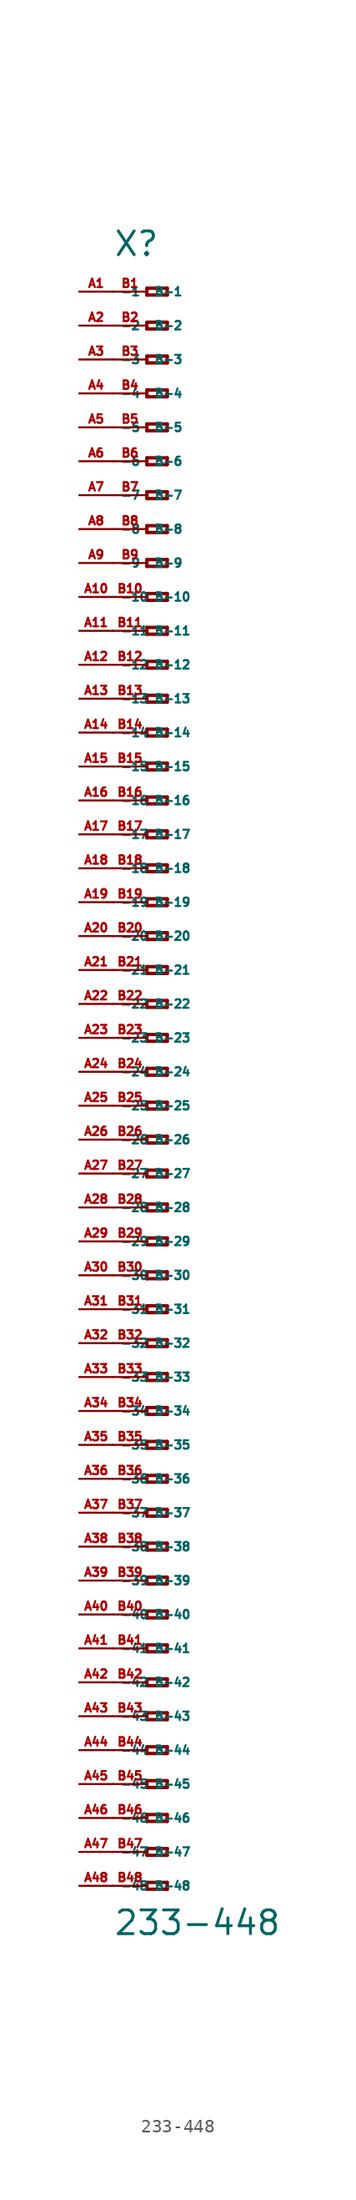
<source format=kicad_sym>
(kicad_symbol_lib
  (version 20220914)
  (generator Eagle2Kicad)
  (symbol "233-448"
    (property "Reference" "X"
      (at -5.08 60.96 0)
      (effects (font (size 1.778 1.778) (thickness 0.22)) (justify left bottom)))
    (property "Value" "233-448"
      (at -5.08 -64.77 0)
      (effects (font (size 1.778 1.778) (thickness 0.22)) (justify left bottom)))
    (polyline
      (pts (xy -2.54 58.674) (xy -2.54 58.166))
      (stroke (width 0.254) (type default))
      (fill (type none)))
    (polyline
      (pts (xy -2.54 58.166) (xy -1.016 58.166))
      (stroke (width 0.254) (type default))
      (fill (type none)))
    (polyline
      (pts (xy -1.016 58.166) (xy -1.016 58.674))
      (stroke (width 0.254) (type default))
      (fill (type none)))
    (polyline
      (pts (xy -1.016 58.674) (xy -2.54 58.674))
      (stroke (width 0.254) (type default))
      (fill (type none)))
    (polyline
      (pts (xy -2.54 56.134) (xy -2.54 55.626))
      (stroke (width 0.254) (type default))
      (fill (type none)))
    (polyline
      (pts (xy -2.54 55.626) (xy -1.016 55.626))
      (stroke (width 0.254) (type default))
      (fill (type none)))
    (polyline
      (pts (xy -1.016 55.626) (xy -1.016 56.134))
      (stroke (width 0.254) (type default))
      (fill (type none)))
    (polyline
      (pts (xy -1.016 56.134) (xy -2.54 56.134))
      (stroke (width 0.254) (type default))
      (fill (type none)))
    (polyline
      (pts (xy -2.54 53.594) (xy -2.54 53.086))
      (stroke (width 0.254) (type default))
      (fill (type none)))
    (polyline
      (pts (xy -2.54 53.086) (xy -1.016 53.086))
      (stroke (width 0.254) (type default))
      (fill (type none)))
    (polyline
      (pts (xy -1.016 53.086) (xy -1.016 53.594))
      (stroke (width 0.254) (type default))
      (fill (type none)))
    (polyline
      (pts (xy -1.016 53.594) (xy -2.54 53.594))
      (stroke (width 0.254) (type default))
      (fill (type none)))
    (polyline
      (pts (xy -2.54 51.054) (xy -2.54 50.546))
      (stroke (width 0.254) (type default))
      (fill (type none)))
    (polyline
      (pts (xy -2.54 50.546) (xy -1.016 50.546))
      (stroke (width 0.254) (type default))
      (fill (type none)))
    (polyline
      (pts (xy -1.016 50.546) (xy -1.016 51.054))
      (stroke (width 0.254) (type default))
      (fill (type none)))
    (polyline
      (pts (xy -1.016 51.054) (xy -2.54 51.054))
      (stroke (width 0.254) (type default))
      (fill (type none)))
    (polyline
      (pts (xy -2.54 48.514) (xy -2.54 48.006))
      (stroke (width 0.254) (type default))
      (fill (type none)))
    (polyline
      (pts (xy -2.54 48.006) (xy -1.016 48.006))
      (stroke (width 0.254) (type default))
      (fill (type none)))
    (polyline
      (pts (xy -1.016 48.006) (xy -1.016 48.514))
      (stroke (width 0.254) (type default))
      (fill (type none)))
    (polyline
      (pts (xy -1.016 48.514) (xy -2.54 48.514))
      (stroke (width 0.254) (type default))
      (fill (type none)))
    (polyline
      (pts (xy -2.54 45.974) (xy -2.54 45.466))
      (stroke (width 0.254) (type default))
      (fill (type none)))
    (polyline
      (pts (xy -2.54 45.466) (xy -1.016 45.466))
      (stroke (width 0.254) (type default))
      (fill (type none)))
    (polyline
      (pts (xy -1.016 45.466) (xy -1.016 45.974))
      (stroke (width 0.254) (type default))
      (fill (type none)))
    (polyline
      (pts (xy -1.016 45.974) (xy -2.54 45.974))
      (stroke (width 0.254) (type default))
      (fill (type none)))
    (polyline
      (pts (xy -2.54 43.434) (xy -2.54 42.926))
      (stroke (width 0.254) (type default))
      (fill (type none)))
    (polyline
      (pts (xy -2.54 42.926) (xy -1.016 42.926))
      (stroke (width 0.254) (type default))
      (fill (type none)))
    (polyline
      (pts (xy -1.016 42.926) (xy -1.016 43.434))
      (stroke (width 0.254) (type default))
      (fill (type none)))
    (polyline
      (pts (xy -1.016 43.434) (xy -2.54 43.434))
      (stroke (width 0.254) (type default))
      (fill (type none)))
    (polyline
      (pts (xy -2.54 40.894) (xy -2.54 40.386))
      (stroke (width 0.254) (type default))
      (fill (type none)))
    (polyline
      (pts (xy -2.54 40.386) (xy -1.016 40.386))
      (stroke (width 0.254) (type default))
      (fill (type none)))
    (polyline
      (pts (xy -1.016 40.386) (xy -1.016 40.894))
      (stroke (width 0.254) (type default))
      (fill (type none)))
    (polyline
      (pts (xy -1.016 40.894) (xy -2.54 40.894))
      (stroke (width 0.254) (type default))
      (fill (type none)))
    (polyline
      (pts (xy -2.54 38.354) (xy -2.54 37.846))
      (stroke (width 0.254) (type default))
      (fill (type none)))
    (polyline
      (pts (xy -2.54 37.846) (xy -1.016 37.846))
      (stroke (width 0.254) (type default))
      (fill (type none)))
    (polyline
      (pts (xy -1.016 37.846) (xy -1.016 38.354))
      (stroke (width 0.254) (type default))
      (fill (type none)))
    (polyline
      (pts (xy -1.016 38.354) (xy -2.54 38.354))
      (stroke (width 0.254) (type default))
      (fill (type none)))
    (polyline
      (pts (xy -2.54 35.814) (xy -2.54 35.306))
      (stroke (width 0.254) (type default))
      (fill (type none)))
    (polyline
      (pts (xy -2.54 35.306) (xy -1.016 35.306))
      (stroke (width 0.254) (type default))
      (fill (type none)))
    (polyline
      (pts (xy -1.016 35.306) (xy -1.016 35.814))
      (stroke (width 0.254) (type default))
      (fill (type none)))
    (polyline
      (pts (xy -1.016 35.814) (xy -2.54 35.814))
      (stroke (width 0.254) (type default))
      (fill (type none)))
    (polyline
      (pts (xy -2.54 33.274) (xy -2.54 32.766))
      (stroke (width 0.254) (type default))
      (fill (type none)))
    (polyline
      (pts (xy -2.54 32.766) (xy -1.016 32.766))
      (stroke (width 0.254) (type default))
      (fill (type none)))
    (polyline
      (pts (xy -1.016 32.766) (xy -1.016 33.274))
      (stroke (width 0.254) (type default))
      (fill (type none)))
    (polyline
      (pts (xy -1.016 33.274) (xy -2.54 33.274))
      (stroke (width 0.254) (type default))
      (fill (type none)))
    (polyline
      (pts (xy -2.54 30.734) (xy -2.54 30.226))
      (stroke (width 0.254) (type default))
      (fill (type none)))
    (polyline
      (pts (xy -2.54 30.226) (xy -1.016 30.226))
      (stroke (width 0.254) (type default))
      (fill (type none)))
    (polyline
      (pts (xy -1.016 30.226) (xy -1.016 30.734))
      (stroke (width 0.254) (type default))
      (fill (type none)))
    (polyline
      (pts (xy -1.016 30.734) (xy -2.54 30.734))
      (stroke (width 0.254) (type default))
      (fill (type none)))
    (polyline
      (pts (xy -2.54 28.194) (xy -2.54 27.686))
      (stroke (width 0.254) (type default))
      (fill (type none)))
    (polyline
      (pts (xy -2.54 27.686) (xy -1.016 27.686))
      (stroke (width 0.254) (type default))
      (fill (type none)))
    (polyline
      (pts (xy -1.016 27.686) (xy -1.016 28.194))
      (stroke (width 0.254) (type default))
      (fill (type none)))
    (polyline
      (pts (xy -1.016 28.194) (xy -2.54 28.194))
      (stroke (width 0.254) (type default))
      (fill (type none)))
    (polyline
      (pts (xy -2.54 25.654) (xy -2.54 25.146))
      (stroke (width 0.254) (type default))
      (fill (type none)))
    (polyline
      (pts (xy -2.54 25.146) (xy -1.016 25.146))
      (stroke (width 0.254) (type default))
      (fill (type none)))
    (polyline
      (pts (xy -1.016 25.146) (xy -1.016 25.654))
      (stroke (width 0.254) (type default))
      (fill (type none)))
    (polyline
      (pts (xy -1.016 25.654) (xy -2.54 25.654))
      (stroke (width 0.254) (type default))
      (fill (type none)))
    (polyline
      (pts (xy -2.54 23.114) (xy -2.54 22.606))
      (stroke (width 0.254) (type default))
      (fill (type none)))
    (polyline
      (pts (xy -2.54 22.606) (xy -1.016 22.606))
      (stroke (width 0.254) (type default))
      (fill (type none)))
    (polyline
      (pts (xy -1.016 22.606) (xy -1.016 23.114))
      (stroke (width 0.254) (type default))
      (fill (type none)))
    (polyline
      (pts (xy -1.016 23.114) (xy -2.54 23.114))
      (stroke (width 0.254) (type default))
      (fill (type none)))
    (polyline
      (pts (xy -2.54 20.574) (xy -2.54 20.066))
      (stroke (width 0.254) (type default))
      (fill (type none)))
    (polyline
      (pts (xy -2.54 20.066) (xy -1.016 20.066))
      (stroke (width 0.254) (type default))
      (fill (type none)))
    (polyline
      (pts (xy -1.016 20.066) (xy -1.016 20.574))
      (stroke (width 0.254) (type default))
      (fill (type none)))
    (polyline
      (pts (xy -1.016 20.574) (xy -2.54 20.574))
      (stroke (width 0.254) (type default))
      (fill (type none)))
    (polyline
      (pts (xy -2.54 18.034) (xy -2.54 17.526))
      (stroke (width 0.254) (type default))
      (fill (type none)))
    (polyline
      (pts (xy -2.54 17.526) (xy -1.016 17.526))
      (stroke (width 0.254) (type default))
      (fill (type none)))
    (polyline
      (pts (xy -1.016 17.526) (xy -1.016 18.034))
      (stroke (width 0.254) (type default))
      (fill (type none)))
    (polyline
      (pts (xy -1.016 18.034) (xy -2.54 18.034))
      (stroke (width 0.254) (type default))
      (fill (type none)))
    (polyline
      (pts (xy -2.54 15.494) (xy -2.54 14.986))
      (stroke (width 0.254) (type default))
      (fill (type none)))
    (polyline
      (pts (xy -2.54 14.986) (xy -1.016 14.986))
      (stroke (width 0.254) (type default))
      (fill (type none)))
    (polyline
      (pts (xy -1.016 14.986) (xy -1.016 15.494))
      (stroke (width 0.254) (type default))
      (fill (type none)))
    (polyline
      (pts (xy -1.016 15.494) (xy -2.54 15.494))
      (stroke (width 0.254) (type default))
      (fill (type none)))
    (polyline
      (pts (xy -2.54 12.954) (xy -2.54 12.446))
      (stroke (width 0.254) (type default))
      (fill (type none)))
    (polyline
      (pts (xy -2.54 12.446) (xy -1.016 12.446))
      (stroke (width 0.254) (type default))
      (fill (type none)))
    (polyline
      (pts (xy -1.016 12.446) (xy -1.016 12.954))
      (stroke (width 0.254) (type default))
      (fill (type none)))
    (polyline
      (pts (xy -1.016 12.954) (xy -2.54 12.954))
      (stroke (width 0.254) (type default))
      (fill (type none)))
    (polyline
      (pts (xy -2.54 10.414) (xy -2.54 9.906))
      (stroke (width 0.254) (type default))
      (fill (type none)))
    (polyline
      (pts (xy -2.54 9.906) (xy -1.016 9.906))
      (stroke (width 0.254) (type default))
      (fill (type none)))
    (polyline
      (pts (xy -1.016 9.906) (xy -1.016 10.414))
      (stroke (width 0.254) (type default))
      (fill (type none)))
    (polyline
      (pts (xy -1.016 10.414) (xy -2.54 10.414))
      (stroke (width 0.254) (type default))
      (fill (type none)))
    (polyline
      (pts (xy -2.54 7.874) (xy -2.54 7.366))
      (stroke (width 0.254) (type default))
      (fill (type none)))
    (polyline
      (pts (xy -2.54 7.366) (xy -1.016 7.366))
      (stroke (width 0.254) (type default))
      (fill (type none)))
    (polyline
      (pts (xy -1.016 7.366) (xy -1.016 7.874))
      (stroke (width 0.254) (type default))
      (fill (type none)))
    (polyline
      (pts (xy -1.016 7.874) (xy -2.54 7.874))
      (stroke (width 0.254) (type default))
      (fill (type none)))
    (polyline
      (pts (xy -2.54 5.334) (xy -2.54 4.826))
      (stroke (width 0.254) (type default))
      (fill (type none)))
    (polyline
      (pts (xy -2.54 4.826) (xy -1.016 4.826))
      (stroke (width 0.254) (type default))
      (fill (type none)))
    (polyline
      (pts (xy -1.016 4.826) (xy -1.016 5.334))
      (stroke (width 0.254) (type default))
      (fill (type none)))
    (polyline
      (pts (xy -1.016 5.334) (xy -2.54 5.334))
      (stroke (width 0.254) (type default))
      (fill (type none)))
    (polyline
      (pts (xy -2.54 2.794) (xy -2.54 2.286))
      (stroke (width 0.254) (type default))
      (fill (type none)))
    (polyline
      (pts (xy -2.54 2.286) (xy -1.016 2.286))
      (stroke (width 0.254) (type default))
      (fill (type none)))
    (polyline
      (pts (xy -1.016 2.286) (xy -1.016 2.794))
      (stroke (width 0.254) (type default))
      (fill (type none)))
    (polyline
      (pts (xy -1.016 2.794) (xy -2.54 2.794))
      (stroke (width 0.254) (type default))
      (fill (type none)))
    (polyline
      (pts (xy -2.54 0.254) (xy -2.54 -0.254))
      (stroke (width 0.254) (type default))
      (fill (type none)))
    (polyline
      (pts (xy -2.54 -0.254) (xy -1.016 -0.254))
      (stroke (width 0.254) (type default))
      (fill (type none)))
    (polyline
      (pts (xy -1.016 -0.254) (xy -1.016 0.254))
      (stroke (width 0.254) (type default))
      (fill (type none)))
    (polyline
      (pts (xy -1.016 0.254) (xy -2.54 0.254))
      (stroke (width 0.254) (type default))
      (fill (type none)))
    (polyline
      (pts (xy -2.54 -2.286) (xy -2.54 -2.794))
      (stroke (width 0.254) (type default))
      (fill (type none)))
    (polyline
      (pts (xy -2.54 -2.794) (xy -1.016 -2.794))
      (stroke (width 0.254) (type default))
      (fill (type none)))
    (polyline
      (pts (xy -1.016 -2.794) (xy -1.016 -2.286))
      (stroke (width 0.254) (type default))
      (fill (type none)))
    (polyline
      (pts (xy -1.016 -2.286) (xy -2.54 -2.286))
      (stroke (width 0.254) (type default))
      (fill (type none)))
    (polyline
      (pts (xy -2.54 -4.826) (xy -2.54 -5.334))
      (stroke (width 0.254) (type default))
      (fill (type none)))
    (polyline
      (pts (xy -2.54 -5.334) (xy -1.016 -5.334))
      (stroke (width 0.254) (type default))
      (fill (type none)))
    (polyline
      (pts (xy -1.016 -5.334) (xy -1.016 -4.826))
      (stroke (width 0.254) (type default))
      (fill (type none)))
    (polyline
      (pts (xy -1.016 -4.826) (xy -2.54 -4.826))
      (stroke (width 0.254) (type default))
      (fill (type none)))
    (polyline
      (pts (xy -2.54 -7.366) (xy -2.54 -7.874))
      (stroke (width 0.254) (type default))
      (fill (type none)))
    (polyline
      (pts (xy -2.54 -7.874) (xy -1.016 -7.874))
      (stroke (width 0.254) (type default))
      (fill (type none)))
    (polyline
      (pts (xy -1.016 -7.874) (xy -1.016 -7.366))
      (stroke (width 0.254) (type default))
      (fill (type none)))
    (polyline
      (pts (xy -1.016 -7.366) (xy -2.54 -7.366))
      (stroke (width 0.254) (type default))
      (fill (type none)))
    (polyline
      (pts (xy -2.54 -9.906) (xy -2.54 -10.414))
      (stroke (width 0.254) (type default))
      (fill (type none)))
    (polyline
      (pts (xy -2.54 -10.414) (xy -1.016 -10.414))
      (stroke (width 0.254) (type default))
      (fill (type none)))
    (polyline
      (pts (xy -1.016 -10.414) (xy -1.016 -9.906))
      (stroke (width 0.254) (type default))
      (fill (type none)))
    (polyline
      (pts (xy -1.016 -9.906) (xy -2.54 -9.906))
      (stroke (width 0.254) (type default))
      (fill (type none)))
    (polyline
      (pts (xy -2.54 -12.446) (xy -2.54 -12.954))
      (stroke (width 0.254) (type default))
      (fill (type none)))
    (polyline
      (pts (xy -2.54 -12.954) (xy -1.016 -12.954))
      (stroke (width 0.254) (type default))
      (fill (type none)))
    (polyline
      (pts (xy -1.016 -12.954) (xy -1.016 -12.446))
      (stroke (width 0.254) (type default))
      (fill (type none)))
    (polyline
      (pts (xy -1.016 -12.446) (xy -2.54 -12.446))
      (stroke (width 0.254) (type default))
      (fill (type none)))
    (polyline
      (pts (xy -2.54 -14.986) (xy -2.54 -15.494))
      (stroke (width 0.254) (type default))
      (fill (type none)))
    (polyline
      (pts (xy -2.54 -15.494) (xy -1.016 -15.494))
      (stroke (width 0.254) (type default))
      (fill (type none)))
    (polyline
      (pts (xy -1.016 -15.494) (xy -1.016 -14.986))
      (stroke (width 0.254) (type default))
      (fill (type none)))
    (polyline
      (pts (xy -1.016 -14.986) (xy -2.54 -14.986))
      (stroke (width 0.254) (type default))
      (fill (type none)))
    (polyline
      (pts (xy -2.54 -17.526) (xy -2.54 -18.034))
      (stroke (width 0.254) (type default))
      (fill (type none)))
    (polyline
      (pts (xy -2.54 -18.034) (xy -1.016 -18.034))
      (stroke (width 0.254) (type default))
      (fill (type none)))
    (polyline
      (pts (xy -1.016 -18.034) (xy -1.016 -17.526))
      (stroke (width 0.254) (type default))
      (fill (type none)))
    (polyline
      (pts (xy -1.016 -17.526) (xy -2.54 -17.526))
      (stroke (width 0.254) (type default))
      (fill (type none)))
    (polyline
      (pts (xy -2.54 -20.066) (xy -2.54 -20.574))
      (stroke (width 0.254) (type default))
      (fill (type none)))
    (polyline
      (pts (xy -2.54 -20.574) (xy -1.016 -20.574))
      (stroke (width 0.254) (type default))
      (fill (type none)))
    (polyline
      (pts (xy -1.016 -20.574) (xy -1.016 -20.066))
      (stroke (width 0.254) (type default))
      (fill (type none)))
    (polyline
      (pts (xy -1.016 -20.066) (xy -2.54 -20.066))
      (stroke (width 0.254) (type default))
      (fill (type none)))
    (polyline
      (pts (xy -2.54 -22.606) (xy -2.54 -23.114))
      (stroke (width 0.254) (type default))
      (fill (type none)))
    (polyline
      (pts (xy -2.54 -23.114) (xy -1.016 -23.114))
      (stroke (width 0.254) (type default))
      (fill (type none)))
    (polyline
      (pts (xy -1.016 -23.114) (xy -1.016 -22.606))
      (stroke (width 0.254) (type default))
      (fill (type none)))
    (polyline
      (pts (xy -1.016 -22.606) (xy -2.54 -22.606))
      (stroke (width 0.254) (type default))
      (fill (type none)))
    (polyline
      (pts (xy -2.54 -25.146) (xy -2.54 -25.654))
      (stroke (width 0.254) (type default))
      (fill (type none)))
    (polyline
      (pts (xy -2.54 -25.654) (xy -1.016 -25.654))
      (stroke (width 0.254) (type default))
      (fill (type none)))
    (polyline
      (pts (xy -1.016 -25.654) (xy -1.016 -25.146))
      (stroke (width 0.254) (type default))
      (fill (type none)))
    (polyline
      (pts (xy -1.016 -25.146) (xy -2.54 -25.146))
      (stroke (width 0.254) (type default))
      (fill (type none)))
    (polyline
      (pts (xy -2.54 -27.686) (xy -2.54 -28.194))
      (stroke (width 0.254) (type default))
      (fill (type none)))
    (polyline
      (pts (xy -2.54 -28.194) (xy -1.016 -28.194))
      (stroke (width 0.254) (type default))
      (fill (type none)))
    (polyline
      (pts (xy -1.016 -28.194) (xy -1.016 -27.686))
      (stroke (width 0.254) (type default))
      (fill (type none)))
    (polyline
      (pts (xy -1.016 -27.686) (xy -2.54 -27.686))
      (stroke (width 0.254) (type default))
      (fill (type none)))
    (polyline
      (pts (xy -2.54 -30.226) (xy -2.54 -30.734))
      (stroke (width 0.254) (type default))
      (fill (type none)))
    (polyline
      (pts (xy -2.54 -30.734) (xy -1.016 -30.734))
      (stroke (width 0.254) (type default))
      (fill (type none)))
    (polyline
      (pts (xy -1.016 -30.734) (xy -1.016 -30.226))
      (stroke (width 0.254) (type default))
      (fill (type none)))
    (polyline
      (pts (xy -1.016 -30.226) (xy -2.54 -30.226))
      (stroke (width 0.254) (type default))
      (fill (type none)))
    (polyline
      (pts (xy -2.54 -32.766) (xy -2.54 -33.274))
      (stroke (width 0.254) (type default))
      (fill (type none)))
    (polyline
      (pts (xy -2.54 -33.274) (xy -1.016 -33.274))
      (stroke (width 0.254) (type default))
      (fill (type none)))
    (polyline
      (pts (xy -1.016 -33.274) (xy -1.016 -32.766))
      (stroke (width 0.254) (type default))
      (fill (type none)))
    (polyline
      (pts (xy -1.016 -32.766) (xy -2.54 -32.766))
      (stroke (width 0.254) (type default))
      (fill (type none)))
    (polyline
      (pts (xy -2.54 -35.306) (xy -2.54 -35.814))
      (stroke (width 0.254) (type default))
      (fill (type none)))
    (polyline
      (pts (xy -2.54 -35.814) (xy -1.016 -35.814))
      (stroke (width 0.254) (type default))
      (fill (type none)))
    (polyline
      (pts (xy -1.016 -35.814) (xy -1.016 -35.306))
      (stroke (width 0.254) (type default))
      (fill (type none)))
    (polyline
      (pts (xy -1.016 -35.306) (xy -2.54 -35.306))
      (stroke (width 0.254) (type default))
      (fill (type none)))
    (polyline
      (pts (xy -2.54 -37.846) (xy -2.54 -38.354))
      (stroke (width 0.254) (type default))
      (fill (type none)))
    (polyline
      (pts (xy -2.54 -38.354) (xy -1.016 -38.354))
      (stroke (width 0.254) (type default))
      (fill (type none)))
    (polyline
      (pts (xy -1.016 -38.354) (xy -1.016 -37.846))
      (stroke (width 0.254) (type default))
      (fill (type none)))
    (polyline
      (pts (xy -1.016 -37.846) (xy -2.54 -37.846))
      (stroke (width 0.254) (type default))
      (fill (type none)))
    (polyline
      (pts (xy -2.54 -40.386) (xy -2.54 -40.894))
      (stroke (width 0.254) (type default))
      (fill (type none)))
    (polyline
      (pts (xy -2.54 -40.894) (xy -1.016 -40.894))
      (stroke (width 0.254) (type default))
      (fill (type none)))
    (polyline
      (pts (xy -1.016 -40.894) (xy -1.016 -40.386))
      (stroke (width 0.254) (type default))
      (fill (type none)))
    (polyline
      (pts (xy -1.016 -40.386) (xy -2.54 -40.386))
      (stroke (width 0.254) (type default))
      (fill (type none)))
    (polyline
      (pts (xy -2.54 -42.926) (xy -2.54 -43.434))
      (stroke (width 0.254) (type default))
      (fill (type none)))
    (polyline
      (pts (xy -2.54 -43.434) (xy -1.016 -43.434))
      (stroke (width 0.254) (type default))
      (fill (type none)))
    (polyline
      (pts (xy -1.016 -43.434) (xy -1.016 -42.926))
      (stroke (width 0.254) (type default))
      (fill (type none)))
    (polyline
      (pts (xy -1.016 -42.926) (xy -2.54 -42.926))
      (stroke (width 0.254) (type default))
      (fill (type none)))
    (polyline
      (pts (xy -2.54 -45.466) (xy -2.54 -45.974))
      (stroke (width 0.254) (type default))
      (fill (type none)))
    (polyline
      (pts (xy -2.54 -45.974) (xy -1.016 -45.974))
      (stroke (width 0.254) (type default))
      (fill (type none)))
    (polyline
      (pts (xy -1.016 -45.974) (xy -1.016 -45.466))
      (stroke (width 0.254) (type default))
      (fill (type none)))
    (polyline
      (pts (xy -1.016 -45.466) (xy -2.54 -45.466))
      (stroke (width 0.254) (type default))
      (fill (type none)))
    (polyline
      (pts (xy -2.54 -48.006) (xy -2.54 -48.514))
      (stroke (width 0.254) (type default))
      (fill (type none)))
    (polyline
      (pts (xy -2.54 -48.514) (xy -1.016 -48.514))
      (stroke (width 0.254) (type default))
      (fill (type none)))
    (polyline
      (pts (xy -1.016 -48.514) (xy -1.016 -48.006))
      (stroke (width 0.254) (type default))
      (fill (type none)))
    (polyline
      (pts (xy -1.016 -48.006) (xy -2.54 -48.006))
      (stroke (width 0.254) (type default))
      (fill (type none)))
    (polyline
      (pts (xy -2.54 -50.546) (xy -2.54 -51.054))
      (stroke (width 0.254) (type default))
      (fill (type none)))
    (polyline
      (pts (xy -2.54 -51.054) (xy -1.016 -51.054))
      (stroke (width 0.254) (type default))
      (fill (type none)))
    (polyline
      (pts (xy -1.016 -51.054) (xy -1.016 -50.546))
      (stroke (width 0.254) (type default))
      (fill (type none)))
    (polyline
      (pts (xy -1.016 -50.546) (xy -2.54 -50.546))
      (stroke (width 0.254) (type default))
      (fill (type none)))
    (polyline
      (pts (xy -2.54 -53.086) (xy -2.54 -53.594))
      (stroke (width 0.254) (type default))
      (fill (type none)))
    (polyline
      (pts (xy -2.54 -53.594) (xy -1.016 -53.594))
      (stroke (width 0.254) (type default))
      (fill (type none)))
    (polyline
      (pts (xy -1.016 -53.594) (xy -1.016 -53.086))
      (stroke (width 0.254) (type default))
      (fill (type none)))
    (polyline
      (pts (xy -1.016 -53.086) (xy -2.54 -53.086))
      (stroke (width 0.254) (type default))
      (fill (type none)))
    (polyline
      (pts (xy -2.54 -55.626) (xy -2.54 -56.134))
      (stroke (width 0.254) (type default))
      (fill (type none)))
    (polyline
      (pts (xy -2.54 -56.134) (xy -1.016 -56.134))
      (stroke (width 0.254) (type default))
      (fill (type none)))
    (polyline
      (pts (xy -1.016 -56.134) (xy -1.016 -55.626))
      (stroke (width 0.254) (type default))
      (fill (type none)))
    (polyline
      (pts (xy -1.016 -55.626) (xy -2.54 -55.626))
      (stroke (width 0.254) (type default))
      (fill (type none)))
    (polyline
      (pts (xy -2.54 -58.166) (xy -2.54 -58.674))
      (stroke (width 0.254) (type default))
      (fill (type none)))
    (polyline
      (pts (xy -2.54 -58.674) (xy -1.016 -58.674))
      (stroke (width 0.254) (type default))
      (fill (type none)))
    (polyline
      (pts (xy -1.016 -58.674) (xy -1.016 -58.166))
      (stroke (width 0.254) (type default))
      (fill (type none)))
    (polyline
      (pts (xy -1.016 -58.166) (xy -2.54 -58.166))
      (stroke (width 0.254) (type default))
      (fill (type none)))
    (polyline
      (pts (xy -2.54 -60.706) (xy -2.54 -61.214))
      (stroke (width 0.254) (type default))
      (fill (type none)))
    (polyline
      (pts (xy -2.54 -61.214) (xy -1.016 -61.214))
      (stroke (width 0.254) (type default))
      (fill (type none)))
    (polyline
      (pts (xy -1.016 -61.214) (xy -1.016 -60.706))
      (stroke (width 0.254) (type default))
      (fill (type none)))
    (polyline
      (pts (xy -1.016 -60.706) (xy -2.54 -60.706))
      (stroke (width 0.254) (type default))
      (fill (type none)))
    (pin passive line
      (at -7.62 58.42 0)
      (length 2.54)
      (name "-1" (effects (font (size 0.635 0.635) (thickness 0.08)) (justify left bottom)))
      (number "A1" (effects (font (size 0.635 0.635) (thickness 0.08)) (justify left bottom))))
    (pin passive line
      (at -7.62 55.88 0)
      (length 2.54)
      (name "-2" (effects (font (size 0.635 0.635) (thickness 0.08)) (justify left bottom)))
      (number "A2" (effects (font (size 0.635 0.635) (thickness 0.08)) (justify left bottom))))
    (pin passive line
      (at -7.62 53.34 0)
      (length 2.54)
      (name "-3" (effects (font (size 0.635 0.635) (thickness 0.08)) (justify left bottom)))
      (number "A3" (effects (font (size 0.635 0.635) (thickness 0.08)) (justify left bottom))))
    (pin passive line
      (at -7.62 50.8 0)
      (length 2.54)
      (name "-4" (effects (font (size 0.635 0.635) (thickness 0.08)) (justify left bottom)))
      (number "A4" (effects (font (size 0.635 0.635) (thickness 0.08)) (justify left bottom))))
    (pin passive line
      (at -7.62 48.26 0)
      (length 2.54)
      (name "-5" (effects (font (size 0.635 0.635) (thickness 0.08)) (justify left bottom)))
      (number "A5" (effects (font (size 0.635 0.635) (thickness 0.08)) (justify left bottom))))
    (pin passive line
      (at -7.62 45.72 0)
      (length 2.54)
      (name "-6" (effects (font (size 0.635 0.635) (thickness 0.08)) (justify left bottom)))
      (number "A6" (effects (font (size 0.635 0.635) (thickness 0.08)) (justify left bottom))))
    (pin passive line
      (at -7.62 43.18 0)
      (length 2.54)
      (name "-7" (effects (font (size 0.635 0.635) (thickness 0.08)) (justify left bottom)))
      (number "A7" (effects (font (size 0.635 0.635) (thickness 0.08)) (justify left bottom))))
    (pin passive line
      (at -7.62 40.64 0)
      (length 2.54)
      (name "-8" (effects (font (size 0.635 0.635) (thickness 0.08)) (justify left bottom)))
      (number "A8" (effects (font (size 0.635 0.635) (thickness 0.08)) (justify left bottom))))
    (pin passive line
      (at -7.62 38.1 0)
      (length 2.54)
      (name "-9" (effects (font (size 0.635 0.635) (thickness 0.08)) (justify left bottom)))
      (number "A9" (effects (font (size 0.635 0.635) (thickness 0.08)) (justify left bottom))))
    (pin passive line
      (at -7.62 35.56 0)
      (length 2.54)
      (name "-10" (effects (font (size 0.635 0.635) (thickness 0.08)) (justify left bottom)))
      (number "A10" (effects (font (size 0.635 0.635) (thickness 0.08)) (justify left bottom))))
    (pin passive line
      (at -7.62 33.02 0)
      (length 2.54)
      (name "-11" (effects (font (size 0.635 0.635) (thickness 0.08)) (justify left bottom)))
      (number "A11" (effects (font (size 0.635 0.635) (thickness 0.08)) (justify left bottom))))
    (pin passive line
      (at -7.62 30.48 0)
      (length 2.54)
      (name "-12" (effects (font (size 0.635 0.635) (thickness 0.08)) (justify left bottom)))
      (number "A12" (effects (font (size 0.635 0.635) (thickness 0.08)) (justify left bottom))))
    (pin passive line
      (at -7.62 27.94 0)
      (length 2.54)
      (name "-13" (effects (font (size 0.635 0.635) (thickness 0.08)) (justify left bottom)))
      (number "A13" (effects (font (size 0.635 0.635) (thickness 0.08)) (justify left bottom))))
    (pin passive line
      (at -7.62 25.4 0)
      (length 2.54)
      (name "-14" (effects (font (size 0.635 0.635) (thickness 0.08)) (justify left bottom)))
      (number "A14" (effects (font (size 0.635 0.635) (thickness 0.08)) (justify left bottom))))
    (pin passive line
      (at -7.62 22.86 0)
      (length 2.54)
      (name "-15" (effects (font (size 0.635 0.635) (thickness 0.08)) (justify left bottom)))
      (number "A15" (effects (font (size 0.635 0.635) (thickness 0.08)) (justify left bottom))))
    (pin passive line
      (at -7.62 20.32 0)
      (length 2.54)
      (name "-16" (effects (font (size 0.635 0.635) (thickness 0.08)) (justify left bottom)))
      (number "A16" (effects (font (size 0.635 0.635) (thickness 0.08)) (justify left bottom))))
    (pin passive line
      (at -7.62 17.78 0)
      (length 2.54)
      (name "-17" (effects (font (size 0.635 0.635) (thickness 0.08)) (justify left bottom)))
      (number "A17" (effects (font (size 0.635 0.635) (thickness 0.08)) (justify left bottom))))
    (pin passive line
      (at -7.62 15.24 0)
      (length 2.54)
      (name "-18" (effects (font (size 0.635 0.635) (thickness 0.08)) (justify left bottom)))
      (number "A18" (effects (font (size 0.635 0.635) (thickness 0.08)) (justify left bottom))))
    (pin passive line
      (at -7.62 12.7 0)
      (length 2.54)
      (name "-19" (effects (font (size 0.635 0.635) (thickness 0.08)) (justify left bottom)))
      (number "A19" (effects (font (size 0.635 0.635) (thickness 0.08)) (justify left bottom))))
    (pin passive line
      (at -7.62 10.16 0)
      (length 2.54)
      (name "-20" (effects (font (size 0.635 0.635) (thickness 0.08)) (justify left bottom)))
      (number "A20" (effects (font (size 0.635 0.635) (thickness 0.08)) (justify left bottom))))
    (pin passive line
      (at -7.62 7.62 0)
      (length 2.54)
      (name "-21" (effects (font (size 0.635 0.635) (thickness 0.08)) (justify left bottom)))
      (number "A21" (effects (font (size 0.635 0.635) (thickness 0.08)) (justify left bottom))))
    (pin passive line
      (at -7.62 5.08 0)
      (length 2.54)
      (name "-22" (effects (font (size 0.635 0.635) (thickness 0.08)) (justify left bottom)))
      (number "A22" (effects (font (size 0.635 0.635) (thickness 0.08)) (justify left bottom))))
    (pin passive line
      (at -7.62 2.54 0)
      (length 2.54)
      (name "-23" (effects (font (size 0.635 0.635) (thickness 0.08)) (justify left bottom)))
      (number "A23" (effects (font (size 0.635 0.635) (thickness 0.08)) (justify left bottom))))
    (pin passive line
      (at -7.62 0 0)
      (length 2.54)
      (name "-24" (effects (font (size 0.635 0.635) (thickness 0.08)) (justify left bottom)))
      (number "A24" (effects (font (size 0.635 0.635) (thickness 0.08)) (justify left bottom))))
    (pin passive line
      (at -7.62 -2.54 0)
      (length 2.54)
      (name "-25" (effects (font (size 0.635 0.635) (thickness 0.08)) (justify left bottom)))
      (number "A25" (effects (font (size 0.635 0.635) (thickness 0.08)) (justify left bottom))))
    (pin passive line
      (at -7.62 -5.08 0)
      (length 2.54)
      (name "-26" (effects (font (size 0.635 0.635) (thickness 0.08)) (justify left bottom)))
      (number "A26" (effects (font (size 0.635 0.635) (thickness 0.08)) (justify left bottom))))
    (pin passive line
      (at -7.62 -7.62 0)
      (length 2.54)
      (name "-27" (effects (font (size 0.635 0.635) (thickness 0.08)) (justify left bottom)))
      (number "A27" (effects (font (size 0.635 0.635) (thickness 0.08)) (justify left bottom))))
    (pin passive line
      (at -7.62 -10.16 0)
      (length 2.54)
      (name "-28" (effects (font (size 0.635 0.635) (thickness 0.08)) (justify left bottom)))
      (number "A28" (effects (font (size 0.635 0.635) (thickness 0.08)) (justify left bottom))))
    (pin passive line
      (at -7.62 -12.7 0)
      (length 2.54)
      (name "-29" (effects (font (size 0.635 0.635) (thickness 0.08)) (justify left bottom)))
      (number "A29" (effects (font (size 0.635 0.635) (thickness 0.08)) (justify left bottom))))
    (pin passive line
      (at -7.62 -15.24 0)
      (length 2.54)
      (name "-30" (effects (font (size 0.635 0.635) (thickness 0.08)) (justify left bottom)))
      (number "A30" (effects (font (size 0.635 0.635) (thickness 0.08)) (justify left bottom))))
    (pin passive line
      (at -7.62 -17.78 0)
      (length 2.54)
      (name "-31" (effects (font (size 0.635 0.635) (thickness 0.08)) (justify left bottom)))
      (number "A31" (effects (font (size 0.635 0.635) (thickness 0.08)) (justify left bottom))))
    (pin passive line
      (at -7.62 -20.32 0)
      (length 2.54)
      (name "-32" (effects (font (size 0.635 0.635) (thickness 0.08)) (justify left bottom)))
      (number "A32" (effects (font (size 0.635 0.635) (thickness 0.08)) (justify left bottom))))
    (pin passive line
      (at -7.62 -22.86 0)
      (length 2.54)
      (name "-33" (effects (font (size 0.635 0.635) (thickness 0.08)) (justify left bottom)))
      (number "A33" (effects (font (size 0.635 0.635) (thickness 0.08)) (justify left bottom))))
    (pin passive line
      (at -7.62 -25.4 0)
      (length 2.54)
      (name "-34" (effects (font (size 0.635 0.635) (thickness 0.08)) (justify left bottom)))
      (number "A34" (effects (font (size 0.635 0.635) (thickness 0.08)) (justify left bottom))))
    (pin passive line
      (at -7.62 -27.94 0)
      (length 2.54)
      (name "-35" (effects (font (size 0.635 0.635) (thickness 0.08)) (justify left bottom)))
      (number "A35" (effects (font (size 0.635 0.635) (thickness 0.08)) (justify left bottom))))
    (pin passive line
      (at -7.62 -30.48 0)
      (length 2.54)
      (name "-36" (effects (font (size 0.635 0.635) (thickness 0.08)) (justify left bottom)))
      (number "A36" (effects (font (size 0.635 0.635) (thickness 0.08)) (justify left bottom))))
    (pin passive line
      (at -7.62 -33.02 0)
      (length 2.54)
      (name "-37" (effects (font (size 0.635 0.635) (thickness 0.08)) (justify left bottom)))
      (number "A37" (effects (font (size 0.635 0.635) (thickness 0.08)) (justify left bottom))))
    (pin passive line
      (at -7.62 -35.56 0)
      (length 2.54)
      (name "-38" (effects (font (size 0.635 0.635) (thickness 0.08)) (justify left bottom)))
      (number "A38" (effects (font (size 0.635 0.635) (thickness 0.08)) (justify left bottom))))
    (pin passive line
      (at -7.62 -38.1 0)
      (length 2.54)
      (name "-39" (effects (font (size 0.635 0.635) (thickness 0.08)) (justify left bottom)))
      (number "A39" (effects (font (size 0.635 0.635) (thickness 0.08)) (justify left bottom))))
    (pin passive line
      (at -7.62 -40.64 0)
      (length 2.54)
      (name "-40" (effects (font (size 0.635 0.635) (thickness 0.08)) (justify left bottom)))
      (number "A40" (effects (font (size 0.635 0.635) (thickness 0.08)) (justify left bottom))))
    (pin passive line
      (at -7.62 -43.18 0)
      (length 2.54)
      (name "-41" (effects (font (size 0.635 0.635) (thickness 0.08)) (justify left bottom)))
      (number "A41" (effects (font (size 0.635 0.635) (thickness 0.08)) (justify left bottom))))
    (pin passive line
      (at -7.62 -45.72 0)
      (length 2.54)
      (name "-42" (effects (font (size 0.635 0.635) (thickness 0.08)) (justify left bottom)))
      (number "A42" (effects (font (size 0.635 0.635) (thickness 0.08)) (justify left bottom))))
    (pin passive line
      (at -7.62 -48.26 0)
      (length 2.54)
      (name "-43" (effects (font (size 0.635 0.635) (thickness 0.08)) (justify left bottom)))
      (number "A43" (effects (font (size 0.635 0.635) (thickness 0.08)) (justify left bottom))))
    (pin passive line
      (at -7.62 -50.8 0)
      (length 2.54)
      (name "-44" (effects (font (size 0.635 0.635) (thickness 0.08)) (justify left bottom)))
      (number "A44" (effects (font (size 0.635 0.635) (thickness 0.08)) (justify left bottom))))
    (pin passive line
      (at -7.62 -53.34 0)
      (length 2.54)
      (name "-45" (effects (font (size 0.635 0.635) (thickness 0.08)) (justify left bottom)))
      (number "A45" (effects (font (size 0.635 0.635) (thickness 0.08)) (justify left bottom))))
    (pin passive line
      (at -7.62 -55.88 0)
      (length 2.54)
      (name "-46" (effects (font (size 0.635 0.635) (thickness 0.08)) (justify left bottom)))
      (number "A46" (effects (font (size 0.635 0.635) (thickness 0.08)) (justify left bottom))))
    (pin passive line
      (at -7.62 -58.42 0)
      (length 2.54)
      (name "-47" (effects (font (size 0.635 0.635) (thickness 0.08)) (justify left bottom)))
      (number "A47" (effects (font (size 0.635 0.635) (thickness 0.08)) (justify left bottom))))
    (pin passive line
      (at -7.62 -60.96 0)
      (length 2.54)
      (name "-48" (effects (font (size 0.635 0.635) (thickness 0.08)) (justify left bottom)))
      (number "A48" (effects (font (size 0.635 0.635) (thickness 0.08)) (justify left bottom))))
    (pin passive line
      (at -5.08 -60.96 0)
      (length 2.54)
      (name "B-48" (effects (font (size 0.635 0.635) (thickness 0.08)) (justify left bottom)))
      (number "B48" (effects (font (size 0.635 0.635) (thickness 0.08)) (justify left bottom))))
    (pin passive line
      (at -5.08 58.42 0)
      (length 2.54)
      (name "B-1" (effects (font (size 0.635 0.635) (thickness 0.08)) (justify left bottom)))
      (number "B1" (effects (font (size 0.635 0.635) (thickness 0.08)) (justify left bottom))))
    (pin passive line
      (at -5.08 55.88 0)
      (length 2.54)
      (name "B-2" (effects (font (size 0.635 0.635) (thickness 0.08)) (justify left bottom)))
      (number "B2" (effects (font (size 0.635 0.635) (thickness 0.08)) (justify left bottom))))
    (pin passive line
      (at -5.08 53.34 0)
      (length 2.54)
      (name "B-3" (effects (font (size 0.635 0.635) (thickness 0.08)) (justify left bottom)))
      (number "B3" (effects (font (size 0.635 0.635) (thickness 0.08)) (justify left bottom))))
    (pin passive line
      (at -5.08 50.8 0)
      (length 2.54)
      (name "B-4" (effects (font (size 0.635 0.635) (thickness 0.08)) (justify left bottom)))
      (number "B4" (effects (font (size 0.635 0.635) (thickness 0.08)) (justify left bottom))))
    (pin passive line
      (at -5.08 48.26 0)
      (length 2.54)
      (name "B-5" (effects (font (size 0.635 0.635) (thickness 0.08)) (justify left bottom)))
      (number "B5" (effects (font (size 0.635 0.635) (thickness 0.08)) (justify left bottom))))
    (pin passive line
      (at -5.08 45.72 0)
      (length 2.54)
      (name "B-6" (effects (font (size 0.635 0.635) (thickness 0.08)) (justify left bottom)))
      (number "B6" (effects (font (size 0.635 0.635) (thickness 0.08)) (justify left bottom))))
    (pin passive line
      (at -5.08 43.18 0)
      (length 2.54)
      (name "B-7" (effects (font (size 0.635 0.635) (thickness 0.08)) (justify left bottom)))
      (number "B7" (effects (font (size 0.635 0.635) (thickness 0.08)) (justify left bottom))))
    (pin passive line
      (at -5.08 40.64 0)
      (length 2.54)
      (name "B-8" (effects (font (size 0.635 0.635) (thickness 0.08)) (justify left bottom)))
      (number "B8" (effects (font (size 0.635 0.635) (thickness 0.08)) (justify left bottom))))
    (pin passive line
      (at -5.08 38.1 0)
      (length 2.54)
      (name "B-9" (effects (font (size 0.635 0.635) (thickness 0.08)) (justify left bottom)))
      (number "B9" (effects (font (size 0.635 0.635) (thickness 0.08)) (justify left bottom))))
    (pin passive line
      (at -5.08 35.56 0)
      (length 2.54)
      (name "B-10" (effects (font (size 0.635 0.635) (thickness 0.08)) (justify left bottom)))
      (number "B10" (effects (font (size 0.635 0.635) (thickness 0.08)) (justify left bottom))))
    (pin passive line
      (at -5.08 33.02 0)
      (length 2.54)
      (name "B-11" (effects (font (size 0.635 0.635) (thickness 0.08)) (justify left bottom)))
      (number "B11" (effects (font (size 0.635 0.635) (thickness 0.08)) (justify left bottom))))
    (pin passive line
      (at -5.08 30.48 0)
      (length 2.54)
      (name "B-12" (effects (font (size 0.635 0.635) (thickness 0.08)) (justify left bottom)))
      (number "B12" (effects (font (size 0.635 0.635) (thickness 0.08)) (justify left bottom))))
    (pin passive line
      (at -5.08 27.94 0)
      (length 2.54)
      (name "B-13" (effects (font (size 0.635 0.635) (thickness 0.08)) (justify left bottom)))
      (number "B13" (effects (font (size 0.635 0.635) (thickness 0.08)) (justify left bottom))))
    (pin passive line
      (at -5.08 25.4 0)
      (length 2.54)
      (name "B-14" (effects (font (size 0.635 0.635) (thickness 0.08)) (justify left bottom)))
      (number "B14" (effects (font (size 0.635 0.635) (thickness 0.08)) (justify left bottom))))
    (pin passive line
      (at -5.08 22.86 0)
      (length 2.54)
      (name "B-15" (effects (font (size 0.635 0.635) (thickness 0.08)) (justify left bottom)))
      (number "B15" (effects (font (size 0.635 0.635) (thickness 0.08)) (justify left bottom))))
    (pin passive line
      (at -5.08 20.32 0)
      (length 2.54)
      (name "B-16" (effects (font (size 0.635 0.635) (thickness 0.08)) (justify left bottom)))
      (number "B16" (effects (font (size 0.635 0.635) (thickness 0.08)) (justify left bottom))))
    (pin passive line
      (at -5.08 17.78 0)
      (length 2.54)
      (name "B-17" (effects (font (size 0.635 0.635) (thickness 0.08)) (justify left bottom)))
      (number "B17" (effects (font (size 0.635 0.635) (thickness 0.08)) (justify left bottom))))
    (pin passive line
      (at -5.08 15.24 0)
      (length 2.54)
      (name "B-18" (effects (font (size 0.635 0.635) (thickness 0.08)) (justify left bottom)))
      (number "B18" (effects (font (size 0.635 0.635) (thickness 0.08)) (justify left bottom))))
    (pin passive line
      (at -5.08 12.7 0)
      (length 2.54)
      (name "B-19" (effects (font (size 0.635 0.635) (thickness 0.08)) (justify left bottom)))
      (number "B19" (effects (font (size 0.635 0.635) (thickness 0.08)) (justify left bottom))))
    (pin passive line
      (at -5.08 10.16 0)
      (length 2.54)
      (name "B-20" (effects (font (size 0.635 0.635) (thickness 0.08)) (justify left bottom)))
      (number "B20" (effects (font (size 0.635 0.635) (thickness 0.08)) (justify left bottom))))
    (pin passive line
      (at -5.08 7.62 0)
      (length 2.54)
      (name "B-21" (effects (font (size 0.635 0.635) (thickness 0.08)) (justify left bottom)))
      (number "B21" (effects (font (size 0.635 0.635) (thickness 0.08)) (justify left bottom))))
    (pin passive line
      (at -5.08 5.08 0)
      (length 2.54)
      (name "B-22" (effects (font (size 0.635 0.635) (thickness 0.08)) (justify left bottom)))
      (number "B22" (effects (font (size 0.635 0.635) (thickness 0.08)) (justify left bottom))))
    (pin passive line
      (at -5.08 2.54 0)
      (length 2.54)
      (name "B-23" (effects (font (size 0.635 0.635) (thickness 0.08)) (justify left bottom)))
      (number "B23" (effects (font (size 0.635 0.635) (thickness 0.08)) (justify left bottom))))
    (pin passive line
      (at -5.08 0 0)
      (length 2.54)
      (name "B-24" (effects (font (size 0.635 0.635) (thickness 0.08)) (justify left bottom)))
      (number "B24" (effects (font (size 0.635 0.635) (thickness 0.08)) (justify left bottom))))
    (pin passive line
      (at -5.08 -2.54 0)
      (length 2.54)
      (name "B-25" (effects (font (size 0.635 0.635) (thickness 0.08)) (justify left bottom)))
      (number "B25" (effects (font (size 0.635 0.635) (thickness 0.08)) (justify left bottom))))
    (pin passive line
      (at -5.08 -5.08 0)
      (length 2.54)
      (name "B-26" (effects (font (size 0.635 0.635) (thickness 0.08)) (justify left bottom)))
      (number "B26" (effects (font (size 0.635 0.635) (thickness 0.08)) (justify left bottom))))
    (pin passive line
      (at -5.08 -7.62 0)
      (length 2.54)
      (name "B-27" (effects (font (size 0.635 0.635) (thickness 0.08)) (justify left bottom)))
      (number "B27" (effects (font (size 0.635 0.635) (thickness 0.08)) (justify left bottom))))
    (pin passive line
      (at -5.08 -10.16 0)
      (length 2.54)
      (name "B-28" (effects (font (size 0.635 0.635) (thickness 0.08)) (justify left bottom)))
      (number "B28" (effects (font (size 0.635 0.635) (thickness 0.08)) (justify left bottom))))
    (pin passive line
      (at -5.08 -12.7 0)
      (length 2.54)
      (name "B-29" (effects (font (size 0.635 0.635) (thickness 0.08)) (justify left bottom)))
      (number "B29" (effects (font (size 0.635 0.635) (thickness 0.08)) (justify left bottom))))
    (pin passive line
      (at -5.08 -15.24 0)
      (length 2.54)
      (name "B-30" (effects (font (size 0.635 0.635) (thickness 0.08)) (justify left bottom)))
      (number "B30" (effects (font (size 0.635 0.635) (thickness 0.08)) (justify left bottom))))
    (pin passive line
      (at -5.08 -17.78 0)
      (length 2.54)
      (name "B-31" (effects (font (size 0.635 0.635) (thickness 0.08)) (justify left bottom)))
      (number "B31" (effects (font (size 0.635 0.635) (thickness 0.08)) (justify left bottom))))
    (pin passive line
      (at -5.08 -20.32 0)
      (length 2.54)
      (name "B-32" (effects (font (size 0.635 0.635) (thickness 0.08)) (justify left bottom)))
      (number "B32" (effects (font (size 0.635 0.635) (thickness 0.08)) (justify left bottom))))
    (pin passive line
      (at -5.08 -22.86 0)
      (length 2.54)
      (name "B-33" (effects (font (size 0.635 0.635) (thickness 0.08)) (justify left bottom)))
      (number "B33" (effects (font (size 0.635 0.635) (thickness 0.08)) (justify left bottom))))
    (pin passive line
      (at -5.08 -25.4 0)
      (length 2.54)
      (name "B-34" (effects (font (size 0.635 0.635) (thickness 0.08)) (justify left bottom)))
      (number "B34" (effects (font (size 0.635 0.635) (thickness 0.08)) (justify left bottom))))
    (pin passive line
      (at -5.08 -27.94 0)
      (length 2.54)
      (name "B-35" (effects (font (size 0.635 0.635) (thickness 0.08)) (justify left bottom)))
      (number "B35" (effects (font (size 0.635 0.635) (thickness 0.08)) (justify left bottom))))
    (pin passive line
      (at -5.08 -30.48 0)
      (length 2.54)
      (name "B-36" (effects (font (size 0.635 0.635) (thickness 0.08)) (justify left bottom)))
      (number "B36" (effects (font (size 0.635 0.635) (thickness 0.08)) (justify left bottom))))
    (pin passive line
      (at -5.08 -33.02 0)
      (length 2.54)
      (name "B-37" (effects (font (size 0.635 0.635) (thickness 0.08)) (justify left bottom)))
      (number "B37" (effects (font (size 0.635 0.635) (thickness 0.08)) (justify left bottom))))
    (pin passive line
      (at -5.08 -35.56 0)
      (length 2.54)
      (name "B-38" (effects (font (size 0.635 0.635) (thickness 0.08)) (justify left bottom)))
      (number "B38" (effects (font (size 0.635 0.635) (thickness 0.08)) (justify left bottom))))
    (pin passive line
      (at -5.08 -38.1 0)
      (length 2.54)
      (name "B-39" (effects (font (size 0.635 0.635) (thickness 0.08)) (justify left bottom)))
      (number "B39" (effects (font (size 0.635 0.635) (thickness 0.08)) (justify left bottom))))
    (pin passive line
      (at -5.08 -40.64 0)
      (length 2.54)
      (name "B-40" (effects (font (size 0.635 0.635) (thickness 0.08)) (justify left bottom)))
      (number "B40" (effects (font (size 0.635 0.635) (thickness 0.08)) (justify left bottom))))
    (pin passive line
      (at -5.08 -43.18 0)
      (length 2.54)
      (name "B-41" (effects (font (size 0.635 0.635) (thickness 0.08)) (justify left bottom)))
      (number "B41" (effects (font (size 0.635 0.635) (thickness 0.08)) (justify left bottom))))
    (pin passive line
      (at -5.08 -45.72 0)
      (length 2.54)
      (name "B-42" (effects (font (size 0.635 0.635) (thickness 0.08)) (justify left bottom)))
      (number "B42" (effects (font (size 0.635 0.635) (thickness 0.08)) (justify left bottom))))
    (pin passive line
      (at -5.08 -48.26 0)
      (length 2.54)
      (name "B-43" (effects (font (size 0.635 0.635) (thickness 0.08)) (justify left bottom)))
      (number "B43" (effects (font (size 0.635 0.635) (thickness 0.08)) (justify left bottom))))
    (pin passive line
      (at -5.08 -50.8 0)
      (length 2.54)
      (name "B-44" (effects (font (size 0.635 0.635) (thickness 0.08)) (justify left bottom)))
      (number "B44" (effects (font (size 0.635 0.635) (thickness 0.08)) (justify left bottom))))
    (pin passive line
      (at -5.08 -53.34 0)
      (length 2.54)
      (name "B-45" (effects (font (size 0.635 0.635) (thickness 0.08)) (justify left bottom)))
      (number "B45" (effects (font (size 0.635 0.635) (thickness 0.08)) (justify left bottom))))
    (pin passive line
      (at -5.08 -55.88 0)
      (length 2.54)
      (name "B-46" (effects (font (size 0.635 0.635) (thickness 0.08)) (justify left bottom)))
      (number "B46" (effects (font (size 0.635 0.635) (thickness 0.08)) (justify left bottom))))
    (pin passive line
      (at -5.08 -58.42 0)
      (length 2.54)
      (name "B-47" (effects (font (size 0.635 0.635) (thickness 0.08)) (justify left bottom)))
      (number "B47" (effects (font (size 0.635 0.635) (thickness 0.08)) (justify left bottom))))))
</source>
